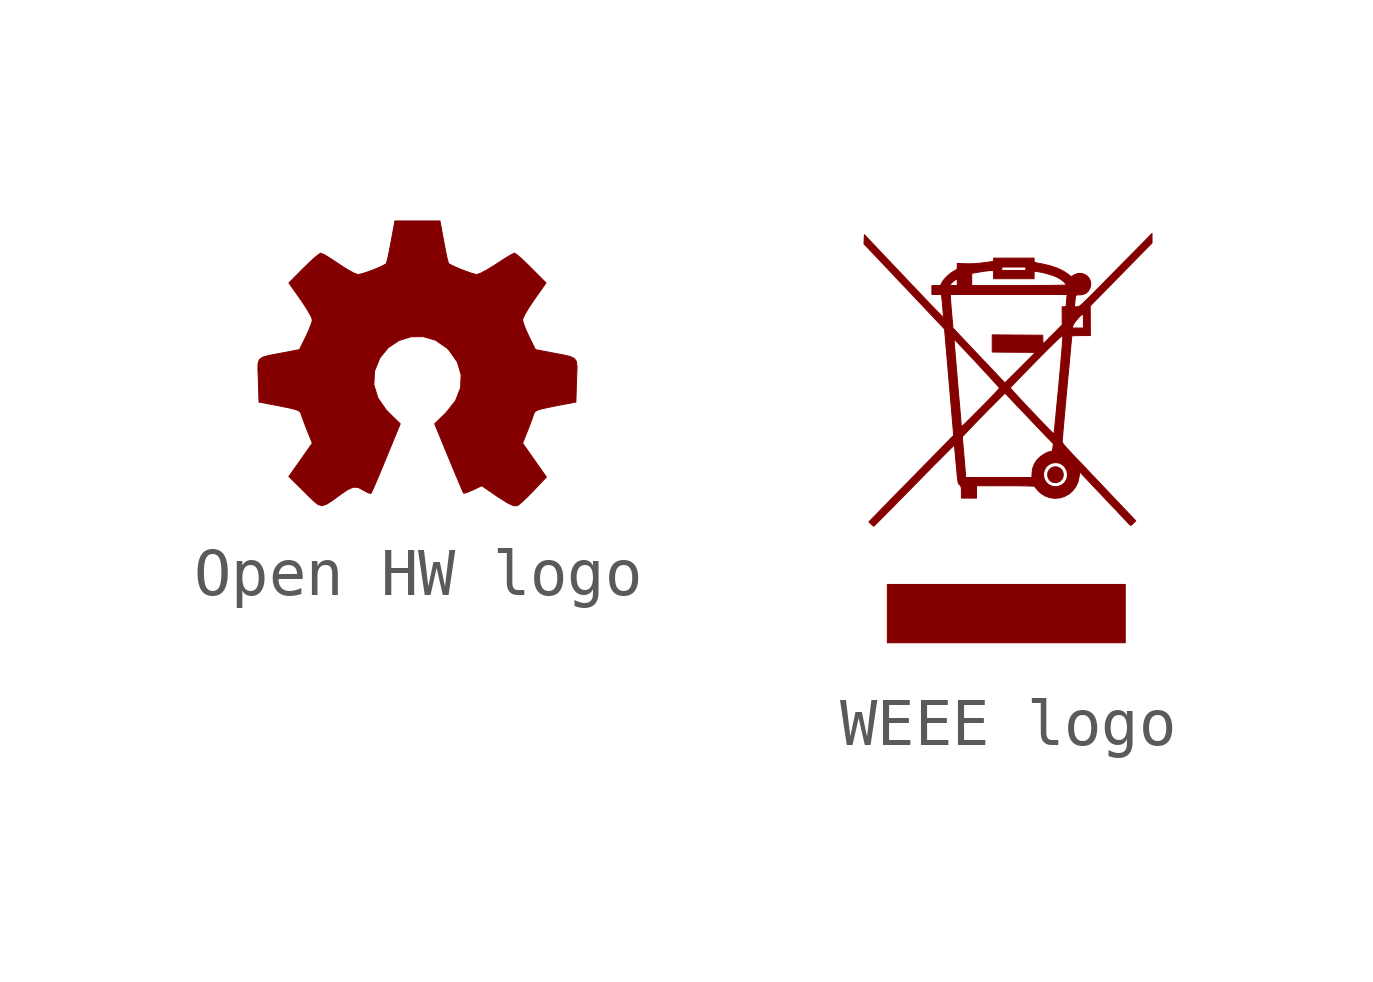
<source format=kicad_sym>
(kicad_symbol_lib
  (version 20241209)
  (generator "kicad_symbol_editor")
  (generator_version "9.0")
  (symbol "Open HW logo"
    (pin_names
      (offset 1.016))
    (property "Reference" "LOGO"
      (at 0 2.342 0)
      (effects (font (size 1.27 1.27)) (hide yes)))
    (symbol "Open HW logo_0_0"
      (polyline (pts (xy 2.083 -2.977) (xy 2.089 -2.973) (xy 2.167 -2.909) (xy 2.286 -2.797) (xy 2.423 -2.658) (xy 2.685 -2.381) (xy 2.437 -2.028) (xy 2.189 -1.676) (xy 2.291 -1.421) (xy 2.331 -1.319) (xy 2.386 -1.173) (xy 2.418 -1.079) (xy 2.425 -1.057) (xy 2.448 -1.019) (xy 2.497 -0.989) (xy 2.589 -0.96) (xy 2.743 -0.926) (xy 2.977 -0.88) (xy 3.299 -0.819) (xy 3.313 -0.361) (xy 3.317 -0.252) (xy 3.323 -0.086) (xy 3.311 0.023) (xy 3.266 0.09) (xy 3.173 0.132) (xy 3.016 0.167) (xy 2.778 0.211) (xy 2.456 0.273) (xy 2.322 0.546) (xy 2.263 0.673) (xy 2.209 0.811) (xy 2.188 0.893) (xy 2.191 0.91) (xy 2.235 1.005) (xy 2.32 1.148) (xy 2.432 1.315) (xy 2.677 1.662) (xy 2.369 1.972) (xy 2.307 2.033) (xy 2.174 2.161) (xy 2.072 2.249) (xy 2.021 2.282) (xy 2.013 2.28) (xy 1.937 2.241) (xy 1.808 2.163) (xy 1.649 2.059) (xy 1.608 2.032) (xy 1.445 1.932) (xy 1.312 1.862) (xy 1.235 1.835) (xy 1.231 1.836) (xy 1.144 1.857) (xy 1.006 1.905) (xy 0.854 1.965) (xy 0.723 2.023) (xy 0.649 2.065) (xy 0.643 2.079) (xy 0.619 2.168) (xy 0.586 2.323) (xy 0.549 2.518) (xy 0.469 2.952) (xy 0 2.952) (xy -0.469 2.952) (xy -0.549 2.518) (xy -0.566 2.428) (xy -0.602 2.247) (xy -0.632 2.117) (xy -0.65 2.062) (xy -0.652 2.06) (xy -0.729 2.016) (xy -0.861 1.958) (xy -1.014 1.899) (xy -1.151 1.854) (xy -1.236 1.835) (xy -1.245 1.837) (xy -1.337 1.873) (xy -1.478 1.952) (xy -1.641 2.058) (xy -1.676 2.082) (xy -1.829 2.183) (xy -1.948 2.255) (xy -2.011 2.281) (xy -2.027 2.276) (xy -2.105 2.218) (xy -2.226 2.111) (xy -2.369 1.972) (xy -2.677 1.662) (xy -2.432 1.315) (xy -2.39 1.255) (xy -2.287 1.094) (xy -2.214 0.966) (xy -2.188 0.893) (xy -2.202 0.832) (xy -2.251 0.703) (xy -2.322 0.546) (xy -2.456 0.273) (xy -2.778 0.211) (xy -2.907 0.187) (xy -3.103 0.15) (xy -3.227 0.113) (xy -3.294 0.061) (xy -3.32 -0.025) (xy -3.321 -0.16) (xy -3.313 -0.361) (xy -3.299 -0.819) (xy -2.977 -0.88) (xy -2.857 -0.903) (xy -2.662 -0.943) (xy -2.539 -0.974) (xy -2.47 -1.002) (xy -2.435 -1.035) (xy -2.418 -1.079) (xy -2.401 -1.13) (xy -2.353 -1.262) (xy -2.291 -1.421) (xy -2.189 -1.676) (xy -2.433 -2.023) (xy -2.678 -2.37) (xy -2.346 -2.697) (xy -2.304 -2.74) (xy -2.167 -2.874) (xy -2.069 -2.953) (xy -1.985 -2.976) (xy -1.889 -2.944) (xy -1.758 -2.858) (xy -1.568 -2.72) (xy -1.459 -2.646) (xy -1.337 -2.591) (xy -1.233 -2.597) (xy -1.113 -2.661) (xy -1.019 -2.712) (xy -0.967 -2.72) (xy -0.957 -2.701) (xy -0.913 -2.606) (xy -0.843 -2.444) (xy -0.754 -2.231) (xy -0.652 -1.985) (xy -0.359 -1.272) (xy -0.595 -1.042) (xy -0.652 -0.983) (xy -0.826 -0.73) (xy -0.908 -0.459) (xy -0.895 -0.183) (xy -0.891 -0.166) (xy -0.781 0.103) (xy -0.608 0.314) (xy -0.389 0.461) (xy -0.14 0.54) (xy 0.121 0.544) (xy 0.378 0.468) (xy 0.612 0.307) (xy 0.658 0.261) (xy 0.831 0.015) (xy 0.91 -0.251) (xy 0.898 -0.524) (xy 0.793 -0.792) (xy 0.595 -1.042) (xy 0.359 -1.272) (xy 0.652 -1.985) (xy 0.711 -2.127) (xy 0.806 -2.355) (xy 0.884 -2.54) (xy 0.938 -2.666) (xy 0.962 -2.715) (xy 0.971 -2.717) (xy 1.043 -2.697) (xy 1.16 -2.647) (xy 1.339 -2.561) (xy 1.672 -2.79) (xy 1.693 -2.804) (xy 1.881 -2.922) (xy 2.007 -2.979) (xy 2.083 -2.977)) (stroke (width 0.01) (type default)) (fill (type outline)))))
  (symbol "WEEE logo"
    (pin_names
      (offset 1.016))
    (property "Reference" "LOGO"
      (at 0 3.624 0)
      (effects (font (size 1.27 1.27)) (hide yes)))
    (symbol "WEEE logo_0_0"
      (polyline (pts (xy -2.795 -1.84) (xy -2.772 -1.819) (xy -2.732 -1.779) (xy -2.676 -1.723) (xy -2.605 -1.652) (xy -2.521 -1.567) (xy -2.425 -1.471) (xy -2.319 -1.363) (xy -2.205 -1.247) (xy -2.083 -1.123) (xy -1.956 -0.993) (xy -1.877 -0.913) (xy -1.754 -0.787) (xy -1.637 -0.669) (xy -1.528 -0.558) (xy -1.428 -0.459) (xy -1.34 -0.37) (xy -1.265 -0.295) (xy -1.204 -0.234) (xy -1.158 -0.189) (xy -1.129 -0.162) (xy -1.119 -0.153) (xy -1.119 -0.154) (xy -1.116 -0.173) (xy -1.112 -0.216) (xy -1.106 -0.28) (xy -1.098 -0.36) (xy -1.09 -0.454) (xy -1.081 -0.557) (xy -1.071 -0.665) (xy -1.063 -0.758) (xy -1.055 -0.828) (xy -1.049 -0.88) (xy -1.043 -0.917) (xy -1.036 -0.943) (xy -1.029 -0.96) (xy -1.02 -0.971) (xy -1.009 -0.982) (xy -0.996 -0.993) (xy -0.983 -1.012) (xy -0.976 -1.036) (xy -0.973 -1.075) (xy -0.972 -1.136) (xy -0.972 -1.258) (xy -0.815 -1.258) (xy -0.657 -1.258) (xy -0.657 -1.129) (xy -0.657 -1.001) (xy -0.05 -1.001) (xy 0.006 -1.001) (xy 0.137 -1.001) (xy 0.254 -1.002) (xy 0.356 -1.004) (xy 0.441 -1.006) (xy 0.504 -1.008) (xy 0.544 -1.01) (xy 0.557 -1.013) (xy 0.566 -1.028) (xy 0.588 -1.058) (xy 0.62 -1.096) (xy 0.684 -1.157) (xy 0.778 -1.216) (xy 0.877 -1.251) (xy 0.98 -1.263) (xy 1.081 -1.254) (xy 1.178 -1.224) (xy 1.268 -1.175) (xy 1.347 -1.107) (xy 1.411 -1.023) (xy 1.458 -0.922) (xy 1.483 -0.806) (xy 1.494 -0.71) (xy 2 -1.245) (xy 2.029 -1.276) (xy 2.126 -1.378) (xy 2.218 -1.475) (xy 2.301 -1.563) (xy 2.375 -1.641) (xy 2.437 -1.707) (xy 2.485 -1.758) (xy 2.518 -1.792) (xy 2.532 -1.808) (xy 2.547 -1.822) (xy 2.561 -1.826) (xy 2.58 -1.814) (xy 2.611 -1.784) (xy 2.663 -1.732) (xy 2.15 -1.192) (xy 2.05 -1.086) (xy 1.938 -0.968) (xy 1.826 -0.85) (xy 1.717 -0.736) (xy 1.616 -0.629) (xy 1.524 -0.532) (xy 1.445 -0.45) (xy 1.383 -0.384) (xy 1.343 -0.342) (xy 1.273 -0.268) (xy 1.22 -0.21) (xy 1.182 -0.166) (xy 1.155 -0.133) (xy 1.139 -0.107) (xy 1.131 -0.088) (xy 1.129 -0.072) (xy 1.129 -0.071) (xy 1.131 -0.049) (xy 1.135 -0.001) (xy 1.141 0.071) (xy 1.149 0.165) (xy 1.159 0.277) (xy 1.171 0.407) (xy 1.184 0.551) (xy 1.198 0.707) (xy 1.213 0.872) (xy 1.229 1.046) (xy 1.23 1.059) (xy 1.246 1.23) (xy 1.262 1.393) (xy 1.276 1.545) (xy 1.289 1.685) (xy 1.3 1.808) (xy 1.31 1.915) (xy 1.318 2.002) (xy 1.324 2.067) (xy 1.328 2.108) (xy 1.329 2.123) (xy 1.33 2.124) (xy 1.351 2.126) (xy 1.393 2.128) (xy 1.452 2.129) (xy 1.523 2.13) (xy 1.716 2.13) (xy 1.715 2.438) (xy 1.713 2.747) (xy 2.357 3.404) (xy 3.002 4.061) (xy 3.002 4.16) (xy 3.002 4.259) (xy 2.563 3.813) (xy 2.449 3.697) (xy 2.292 3.538) (xy 2.154 3.397) (xy 2.032 3.274) (xy 1.927 3.167) (xy 1.835 3.074) (xy 1.758 2.996) (xy 1.692 2.931) (xy 1.637 2.877) (xy 1.593 2.834) (xy 1.557 2.8) (xy 1.528 2.774) (xy 1.506 2.756) (xy 1.489 2.743) (xy 1.476 2.735) (xy 1.466 2.731) (xy 1.457 2.73) (xy 1.448 2.73) (xy 1.439 2.73) (xy 1.384 2.73) (xy 1.393 2.827) (xy 1.393 2.827) (xy 1.4 2.894) (xy 1.406 2.939) (xy 1.416 2.964) (xy 1.432 2.976) (xy 1.458 2.98) (xy 1.498 2.98) (xy 1.543 2.983) (xy 1.615 3.006) (xy 1.67 3.053) (xy 1.709 3.122) (xy 1.724 3.191) (xy 1.718 3.262) (xy 1.69 3.324) (xy 1.646 3.375) (xy 1.588 3.41) (xy 1.522 3.427) (xy 1.45 3.423) (xy 1.377 3.394) (xy 1.315 3.357) (xy 1.254 3.407) (xy 1.157 3.473) (xy 1.029 3.534) (xy 0.88 3.585) (xy 0.714 3.623) (xy 0.689 3.628) (xy 0.625 3.639) (xy 0.583 3.649) (xy 0.559 3.657) (xy 0.547 3.668) (xy 0.543 3.682) (xy 0.543 3.702) (xy 0.543 3.745) (xy 0.121 3.745) (xy -0.3 3.745) (xy -0.3 3.71) (xy -0.3 3.702) (xy -0.307 3.684) (xy -0.327 3.674) (xy -0.368 3.667) (xy -0.387 3.664) (xy -0.442 3.658) (xy -0.509 3.649) (xy -0.579 3.639) (xy -0.584 3.639) (xy -0.679 3.63) (xy -0.786 3.626) (xy -0.89 3.627) (xy -1.058 3.634) (xy -1.058 3.57) (xy -1.058 3.546) (xy -1.063 3.516) (xy -1.081 3.498) (xy -1.101 3.488) (xy -0.129 3.488) (xy -0.129 3.523) (xy -0.129 3.559) (xy 0.121 3.559) (xy 0.372 3.559) (xy 0.372 3.523) (xy 0.372 3.488) (xy 0.121 3.488) (xy -0.129 3.488) (xy -1.101 3.488) (xy -1.118 3.479) (xy -1.133 3.472) (xy -1.187 3.436) (xy -1.247 3.387) (xy -1.303 3.332) (xy -1.35 3.278) (xy -1.379 3.231) (xy -1.4 3.185) (xy -1.207 3.185) (xy -1.202 3.2) (xy -1.192 3.213) (xy -1.16 3.244) (xy -1.119 3.278) (xy -1.076 3.307) (xy -1.066 3.308) (xy -1.06 3.289) (xy -1.058 3.245) (xy -1.058 3.173) (xy -0.757 3.173) (xy -0.757 3.3) (xy -0.757 3.427) (xy -0.668 3.443) (xy -0.6 3.455) (xy -0.519 3.468) (xy -0.443 3.478) (xy -0.381 3.485) (xy -0.339 3.487) (xy -0.335 3.487) (xy -0.315 3.485) (xy -0.305 3.475) (xy -0.301 3.449) (xy -0.3 3.402) (xy -0.3 3.316) (xy 0.121 3.316) (xy 0.543 3.316) (xy 0.543 3.394) (xy 0.543 3.473) (xy 0.611 3.464) (xy 0.685 3.452) (xy 0.779 3.43) (xy 0.874 3.404) (xy 0.959 3.375) (xy 1.026 3.346) (xy 1.027 3.346) (xy 1.079 3.316) (xy 1.13 3.28) (xy 1.173 3.243) (xy 1.204 3.21) (xy 1.215 3.187) (xy 1.208 3.185) (xy 1.174 3.182) (xy 1.113 3.18) (xy 1.026 3.178) (xy 0.914 3.176) (xy 0.777 3.175) (xy 0.617 3.174) (xy 0.434 3.173) (xy 0.229 3.173) (xy -0.757 3.173) (xy -1.058 3.173) (xy -1.137 3.173) (xy -1.173 3.174) (xy -1.199 3.177) (xy -1.207 3.185) (xy -1.4 3.185) (xy -1.405 3.173) (xy -1.496 3.173) (xy -1.587 3.173) (xy -1.587 3.08) (xy -1.587 2.987) (xy -1.488 2.987) (xy -1.389 2.987) (xy -1.201 2.987) (xy 0.016 2.987) (xy 1.233 2.987) (xy 1.224 2.891) (xy 1.22 2.841) (xy 1.216 2.793) (xy 1.215 2.762) (xy 1.214 2.751) (xy 1.203 2.734) (xy 1.172 2.73) (xy 1.129 2.73) (xy 1.129 2.541) (xy 1.129 2.351) (xy 1.065 2.287) (xy 1.34 2.287) (xy 1.349 2.332) (xy 1.361 2.36) (xy 1.387 2.4) (xy 1.423 2.447) (xy 1.462 2.493) (xy 1.5 2.533) (xy 1.532 2.562) (xy 1.552 2.573) (xy 1.554 2.573) (xy 1.563 2.565) (xy 1.569 2.541) (xy 1.571 2.498) (xy 1.572 2.43) (xy 1.572 2.287) (xy 1.456 2.287) (xy 1.34 2.287) (xy 1.065 2.287) (xy 0.93 2.152) (xy 0.731 1.953) (xy 0.726 2.045) (xy 0.722 2.137) (xy 0.197 2.141) (xy -0.329 2.144) (xy -0.329 1.966) (xy -0.329 1.787) (xy 0.122 1.783) (xy 0.572 1.78) (xy 0.254 1.461) (xy -0.065 1.143) (xy -0.525 1.628) (xy -0.601 1.708) (xy -0.695 1.807) (xy -0.784 1.901) (xy -0.866 1.987) (xy -0.937 2.063) (xy -0.996 2.125) (xy -1.04 2.172) (xy -1.067 2.201) (xy -1.149 2.289) (xy -1.174 2.578) (xy -1.175 2.587) (xy -1.183 2.679) (xy -1.19 2.764) (xy -1.195 2.838) (xy -1.199 2.894) (xy -1.2 2.927) (xy -1.201 2.987) (xy -1.389 2.987) (xy -1.381 2.92) (xy -1.377 2.887) (xy -1.37 2.823) (xy -1.364 2.752) (xy -1.358 2.681) (xy -1.353 2.615) (xy -1.349 2.56) (xy -1.347 2.522) (xy -1.348 2.506) (xy -1.352 2.51) (xy -1.374 2.531) (xy -1.413 2.571) (xy -1.468 2.627) (xy -1.537 2.699) (xy -1.619 2.784) (xy -1.713 2.882) (xy -1.817 2.991) (xy -1.929 3.109) (xy -2.049 3.235) (xy -2.174 3.367) (xy -2.994 4.232) (xy -2.999 4.136) (xy -3.003 4.04) (xy -2.933 3.968) (xy -2.931 3.965) (xy -2.906 3.94) (xy -2.865 3.896) (xy -2.807 3.834) (xy -2.734 3.758) (xy -2.649 3.669) (xy -2.553 3.567) (xy -2.448 3.456) (xy -2.335 3.337) (xy -2.216 3.211) (xy -2.093 3.081) (xy -1.323 2.267) (xy -1.305 2.052) (xy -1.125 2.052) (xy -1.115 2.044) (xy -1.087 2.017) (xy -1.044 1.973) (xy -0.99 1.916) (xy -0.924 1.847) (xy -0.851 1.77) (xy -0.773 1.687) (xy -0.691 1.599) (xy -0.608 1.51) (xy -0.526 1.421) (xy -0.447 1.337) (xy -0.375 1.258) (xy -0.31 1.187) (xy -0.256 1.127) (xy -0.215 1.081) (xy -0.188 1.05) (xy -0.183 1.042) (xy 0.045 1.042) (xy 0.048 1.045) (xy 0.068 1.067) (xy 0.105 1.105) (xy 0.157 1.16) (xy 0.223 1.228) (xy 0.301 1.308) (xy 0.389 1.397) (xy 0.484 1.495) (xy 0.586 1.599) (xy 0.696 1.711) (xy 0.803 1.818) (xy 0.897 1.911) (xy 0.978 1.99) (xy 1.043 2.053) (xy 1.093 2.098) (xy 1.125 2.126) (xy 1.138 2.133) (xy 1.139 2.129) (xy 1.141 2.107) (xy 1.139 2.064) (xy 1.136 1.999) (xy 1.13 1.912) (xy 1.121 1.802) (xy 1.109 1.667) (xy 1.095 1.506) (xy 1.078 1.319) (xy 1.059 1.105) (xy 1.046 0.967) (xy 1.03 0.806) (xy 1.016 0.656) (xy 1.003 0.517) (xy 0.991 0.394) (xy 0.98 0.288) (xy 0.971 0.201) (xy 0.964 0.136) (xy 0.959 0.095) (xy 0.957 0.08) (xy 0.952 0.083) (xy 0.929 0.103) (xy 0.891 0.141) (xy 0.84 0.192) (xy 0.778 0.256) (xy 0.708 0.329) (xy 0.631 0.409) (xy 0.551 0.493) (xy 0.469 0.58) (xy 0.388 0.665) (xy 0.31 0.748) (xy 0.238 0.825) (xy 0.174 0.895) (xy 0.121 0.953) (xy 0.08 0.999) (xy 0.054 1.03) (xy 0.045 1.042) (xy -0.183 1.042) (xy -0.179 1.036) (xy -0.179 1.035) (xy -0.194 1.015) (xy -0.227 0.979) (xy -0.274 0.927) (xy -0.335 0.863) (xy -0.407 0.788) (xy -0.488 0.706) (xy -0.575 0.618) (xy -0.602 0.591) (xy -0.687 0.505) (xy -0.765 0.427) (xy -0.834 0.359) (xy -0.891 0.303) (xy -0.935 0.261) (xy -0.962 0.235) (xy -0.972 0.228) (xy -0.972 0.229) (xy -0.974 0.252) (xy -0.978 0.299) (xy -0.984 0.37) (xy -0.992 0.462) (xy -1.001 0.571) (xy -1.012 0.697) (xy -1.024 0.836) (xy -1.037 0.985) (xy -1.05 1.143) (xy -1.054 1.186) (xy -1.067 1.341) (xy -1.08 1.488) (xy -1.091 1.623) (xy -1.101 1.744) (xy -1.11 1.848) (xy -1.117 1.933) (xy -1.122 1.998) (xy -1.125 2.038) (xy -1.125 2.052) (xy -1.305 2.052) (xy -1.228 1.159) (xy -1.133 0.05) (xy -1.161 0.021) (xy -0.954 0.021) (xy -0.714 0.272) (xy -0.701 0.285) (xy -0.616 0.373) (xy -0.523 0.468) (xy -0.43 0.564) (xy -0.342 0.652) (xy -0.268 0.727) (xy -0.062 0.931) (xy 0.329 0.519) (xy 0.337 0.511) (xy 0.428 0.415) (xy 0.517 0.321) (xy 0.602 0.232) (xy 0.679 0.152) (xy 0.745 0.083) (xy 0.797 0.028) (xy 0.833 -0.009) (xy 0.946 -0.125) (xy 0.936 -0.205) (xy 0.932 -0.232) (xy 0.924 -0.266) (xy 0.913 -0.282) (xy 0.895 -0.286) (xy 0.853 -0.295) (xy 0.796 -0.318) (xy 0.736 -0.352) (xy 0.679 -0.392) (xy 0.634 -0.432) (xy 0.598 -0.473) (xy 0.547 -0.551) (xy 0.517 -0.632) (xy 0.503 -0.725) (xy 0.5 -0.773) (xy 0.739 -0.773) (xy 0.74 -0.741) (xy 0.76 -0.666) (xy 0.798 -0.605) (xy 0.851 -0.559) (xy 0.914 -0.53) (xy 0.982 -0.518) (xy 1.051 -0.524) (xy 1.116 -0.55) (xy 1.173 -0.596) (xy 1.216 -0.663) (xy 1.229 -0.698) (xy 1.24 -0.778) (xy 1.227 -0.855) (xy 1.191 -0.924) (xy 1.134 -0.978) (xy 1.132 -0.979) (xy 1.056 -1.013) (xy 0.98 -1.022) (xy 0.906 -1.008) (xy 0.841 -0.974) (xy 0.788 -0.921) (xy 0.753 -0.854) (xy 0.739 -0.773) (xy 0.5 -0.773) (xy 0.497 -0.829) (xy -0.195 -0.829) (xy -0.886 -0.829) (xy -0.887 -0.783) (xy -0.888 -0.759) (xy -0.891 -0.711) (xy -0.897 -0.642) (xy -0.904 -0.557) (xy -0.912 -0.461) (xy -0.921 -0.357) (xy -0.954 0.021) (xy -1.161 0.021) (xy -1.713 -0.541) (xy -1.75 -0.579) (xy -1.87 -0.701) (xy -1.992 -0.825) (xy -2.113 -0.949) (xy -2.231 -1.069) (xy -2.341 -1.181) (xy -2.441 -1.283) (xy -2.527 -1.372) (xy -2.597 -1.443) (xy -2.9 -1.754) (xy -2.854 -1.799) (xy -2.841 -1.811) (xy -2.814 -1.835) (xy -2.799 -1.844) (xy -2.795 -1.84)) (stroke (width 0.01) (type default)) (fill (type outline)))
      (polyline (pts (xy 1.02 -0.934) (xy 1.076 -0.911) (xy 1.12 -0.87) (xy 1.147 -0.816) (xy 1.152 -0.752) (xy 1.134 -0.693) (xy 1.095 -0.644) (xy 1.042 -0.614) (xy 0.982 -0.604) (xy 0.921 -0.619) (xy 0.911 -0.625) (xy 0.862 -0.666) (xy 0.833 -0.719) (xy 0.825 -0.778) (xy 0.837 -0.836) (xy 0.869 -0.887) (xy 0.921 -0.924) (xy 0.959 -0.935) (xy 1.02 -0.934)) (stroke (width 0.01) (type default)) (fill (type outline)))
      (polyline (pts (xy 2.444 -3.666) (xy 2.444 -3.059) (xy -0.036 -3.059) (xy -2.516 -3.059) (xy -2.516 -3.666) (xy -2.516 -4.274) (xy -0.036 -4.274) (xy 2.444 -4.274) (xy 2.444 -3.666)) (stroke (width 0.01) (type default)) (fill (type outline))))))
</source>
